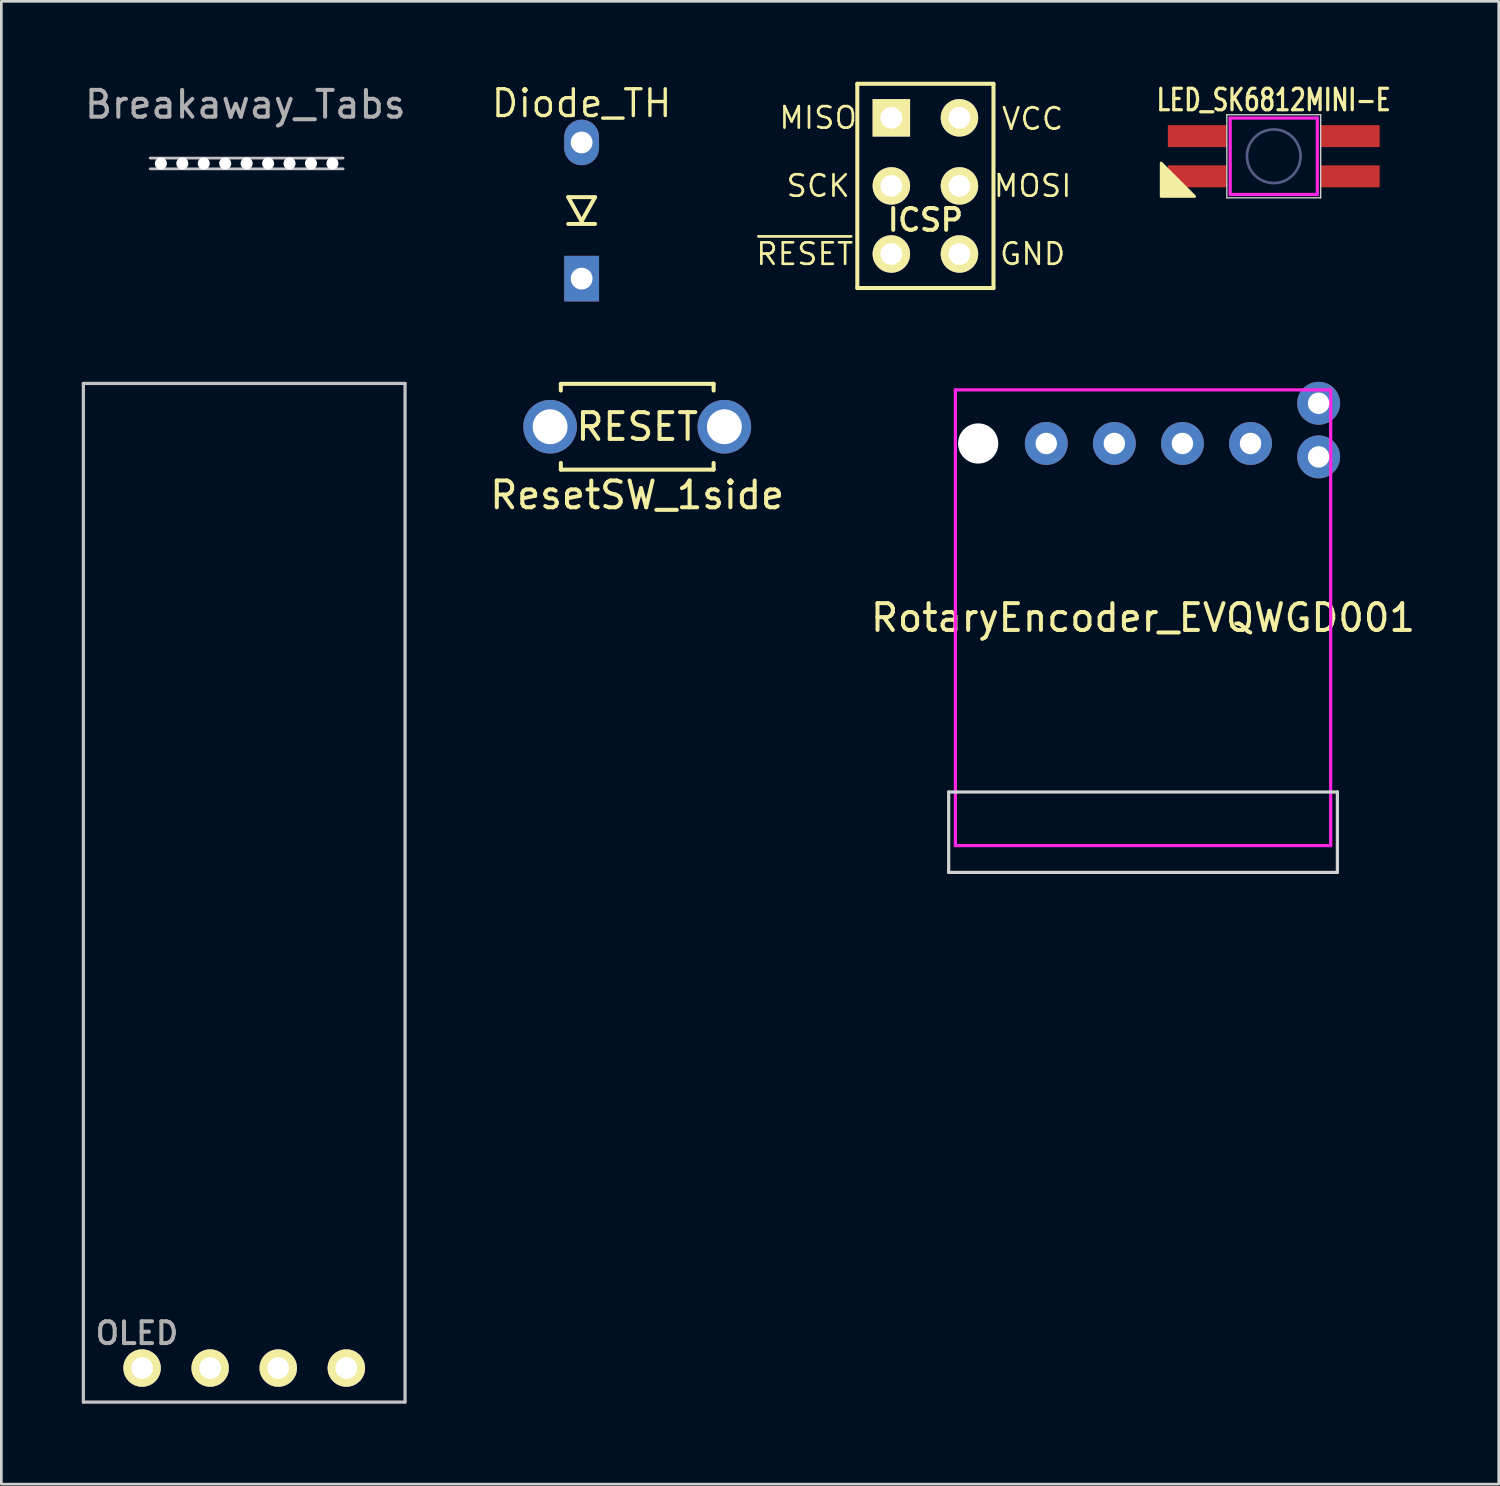
<source format=kicad_pcb>
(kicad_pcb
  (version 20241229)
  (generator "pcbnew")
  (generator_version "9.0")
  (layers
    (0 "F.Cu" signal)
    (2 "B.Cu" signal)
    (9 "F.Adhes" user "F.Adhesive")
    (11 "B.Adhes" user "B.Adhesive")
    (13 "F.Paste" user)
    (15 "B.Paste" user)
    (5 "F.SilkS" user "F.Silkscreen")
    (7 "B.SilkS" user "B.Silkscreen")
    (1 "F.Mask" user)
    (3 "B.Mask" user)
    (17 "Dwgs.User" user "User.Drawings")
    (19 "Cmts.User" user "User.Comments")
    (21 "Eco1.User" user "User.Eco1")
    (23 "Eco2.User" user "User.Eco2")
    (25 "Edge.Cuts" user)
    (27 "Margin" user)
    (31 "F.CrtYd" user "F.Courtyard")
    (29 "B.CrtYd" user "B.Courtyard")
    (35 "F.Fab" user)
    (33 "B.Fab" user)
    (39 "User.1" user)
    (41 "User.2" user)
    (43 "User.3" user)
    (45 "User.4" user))
  (footprint "RotaryEncoder_EVQWGD001"
    (layer "F.Cu")
    (at 39.59 19.994)
    (property "Reference" "RotaryEncoder_EVQWGD001" (at 0 0 0) (layer "F.SilkS") (effects (font (size 1 1) (thickness 0.15))))
    (attr through_hole)
    (fp_line (start -7.25 6.5) (end 7.25 6.5) (stroke (width 0.12) (type solid)) (layer "Edge.Cuts"))
    (fp_line (start -7.25 9.5) (end -7.25 6.5) (stroke (width 0.12) (type solid)) (layer "Edge.Cuts"))
    (fp_line (start 7.25 6.5) (end 7.25 9.5) (stroke (width 0.12) (type solid)) (layer "Edge.Cuts"))
    (fp_line (start 7.25 9.5) (end -7.25 9.5) (stroke (width 0.12) (type solid)) (layer "Edge.Cuts"))
    (fp_line (start -7 -8.5) (end -7 8.5) (stroke (width 0.12) (type solid)) (layer "F.CrtYd"))
    (fp_line (start -7 8.5) (end 7 8.5) (stroke (width 0.12) (type solid)) (layer "F.CrtYd"))
    (fp_line (start 7 -8.5) (end -7 -8.5) (stroke (width 0.12) (type solid)) (layer "F.CrtYd"))
    (fp_line (start 7 8.5) (end 7 -8.5) (stroke (width 0.12) (type solid)) (layer "F.CrtYd"))
    (pad "" np_thru_hole circle (at -6.15 -6.5) (size 1.5 1.5) (drill 1.5) (layers "*.Cu" "*.Mask"))
    (pad "A" thru_hole circle (at 4.01 -6.5) (size 1.6 1.6) (drill 0.8) (layers "*.Cu" "*.Mask"))
    (pad "B" thru_hole circle (at 1.47 -6.5) (size 1.6 1.6) (drill 0.8) (layers "*.Cu" "*.Mask"))
    (pad "C" thru_hole circle (at -3.61 -6.5) (size 1.6 1.6) (drill 0.8) (layers "*.Cu" "*.Mask"))
    (pad "C" thru_hole circle (at -1.07 -6.5) (size 1.6 1.6) (drill 0.8) (layers "*.Cu" "*.Mask"))
    (pad "S1" thru_hole circle (at 6.55 -8) (size 1.6 1.6) (drill 0.8) (layers "*.Cu" "*.Mask"))
    (pad "S2" thru_hole circle (at 6.55 -6) (size 1.6 1.6) (drill 0.8) (layers "*.Cu" "*.Mask")))
  (footprint "ResetSW_1side"
    (layer "F.Cu")
    (at 20.721 12.869)
    (property "Reference" "ResetSW_1side" (at 0 2.55 0) (layer "F.SilkS") (effects (font (size 1 1) (thickness 0.15))))
    (attr through_hole)
    (fp_line (start -2.85 -1.6) (end -2.85 -1.35) (stroke (width 0.15) (type solid)) (layer "F.SilkS"))
    (fp_line (start -2.85 -1.6) (end 2.85 -1.6) (stroke (width 0.15) (type solid)) (layer "F.SilkS"))
    (fp_line (start -2.85 1.6) (end -2.85 1.35) (stroke (width 0.15) (type solid)) (layer "F.SilkS"))
    (fp_line (start -2.85 1.6) (end 2.85 1.6) (stroke (width 0.15) (type solid)) (layer "F.SilkS"))
    (fp_line (start 2.85 -1.6) (end 2.85 -1.35) (stroke (width 0.15) (type solid)) (layer "F.SilkS"))
    (fp_line (start 2.85 1.6) (end 2.85 1.35) (stroke (width 0.15) (type solid)) (layer "F.SilkS"))
    (fp_text user "RESET" (at 0 0 0) (layer "F.SilkS") (effects (font (size 1 1) (thickness 0.15))))
    (pad "1" thru_hole circle (at 3.25 0) (size 2 2) (drill 1.3) (layers "*.Cu" "B.Mask"))
    (pad "2" thru_hole circle (at -3.25 0) (size 2 2) (drill 1.3) (layers "*.Cu" "B.Mask")))
  (footprint "ICSP"
    (layer "F.Cu")
    (at 31.471 3.885)
    (property "Reference" "ICSP" (at 0 1.27 0) (layer "F.SilkS") (effects (font (size 0.813 0.813) (thickness 0.15))))
    (attr through_hole)
    (fp_line (start -2.54 -3.81) (end 2.54 -3.81) (stroke (width 0.15) (type solid)) (layer "F.SilkS"))
    (fp_line (start -2.54 3.81) (end -2.54 -3.81) (stroke (width 0.15) (type solid)) (layer "F.SilkS"))
    (fp_line (start 2.54 -3.81) (end 2.54 3.81) (stroke (width 0.15) (type solid)) (layer "F.SilkS"))
    (fp_line (start 2.54 3.81) (end -2.54 3.81) (stroke (width 0.15) (type solid)) (layer "F.SilkS"))
    (fp_text user "VCC" (at 4 -2.5 0) (layer "F.SilkS") (effects (font (size 0.8 0.8) (thickness 0.1))))
    (fp_text user "GND" (at 4 2.54 0) (layer "F.SilkS") (effects (font (size 0.8 0.8) (thickness 0.1))))
    (fp_text user "SCK" (at -4 0 0) (layer "F.SilkS") (effects (font (size 0.8 0.8) (thickness 0.1))))
    (fp_text user "MOSI" (at 4 0 0) (layer "F.SilkS") (effects (font (size 0.8 0.8) (thickness 0.1))))
    (fp_text user "MISO" (at -4 -2.54 0) (layer "F.SilkS") (effects (font (size 0.8 0.8) (thickness 0.1))))
    (fp_text user "~{RESET}" (at -4.5 2.54 0) (layer "F.SilkS") (effects (font (size 0.8 0.8) (thickness 0.1))))
    (pad "1" thru_hole rect (at -1.27 -2.54) (size 1.397 1.397) (drill 0.813) (layers "*.Cu" "*.Mask" "F.SilkS"))
    (pad "2" thru_hole circle (at 1.27 -2.54) (size 1.397 1.397) (drill 0.813) (layers "*.Cu" "*.Mask" "F.SilkS"))
    (pad "3" thru_hole circle (at -1.27 0) (size 1.397 1.397) (drill 0.813) (layers "*.Cu" "*.Mask" "F.SilkS"))
    (pad "4" thru_hole circle (at 1.27 0) (size 1.397 1.397) (drill 0.813) (layers "*.Cu" "*.Mask" "F.SilkS"))
    (pad "5" thru_hole circle (at -1.27 2.54) (size 1.397 1.397) (drill 0.813) (layers "*.Cu" "*.Mask" "F.SilkS"))
    (pad "6" thru_hole circle (at 1.27 2.54) (size 1.397 1.397) (drill 0.813) (layers "*.Cu" "*.Mask" "F.SilkS")))
  (footprint "Diode_TH"
    (layer "F.Cu")
    (at 18.647 4.804)
    (property "Reference" "Diode_TH" (at 0 -4 0) (layer "F.SilkS") (effects (font (size 1 1) (thickness 0.125))))
    (attr through_hole)
    (fp_line (start -0.5 -0.5) (end 0.5 -0.5) (stroke (width 0.15) (type solid)) (layer "F.SilkS"))
    (fp_line (start -0.5 0.5) (end 0.5 0.5) (stroke (width 0.15) (type solid)) (layer "F.SilkS"))
    (fp_line (start 0 0.4) (end -0.5 -0.5) (stroke (width 0.15) (type solid)) (layer "F.SilkS"))
    (fp_line (start 0.5 -0.5) (end 0 0.4) (stroke (width 0.15) (type solid)) (layer "F.SilkS"))
    (pad "1" thru_hole rect (at 0 2.54 90) (size 1.7 1.3) (drill 0.813) (layers "*.Cu" "*.Mask"))
    (pad "2" thru_hole oval (at 0 -2.54 90) (size 1.7 1.3) (drill 0.813) (layers "*.Cu" "*.Mask")))
  (footprint "OLED"
    (layer "F.Cu")
    (at 6.06 47.984)
    (property "Reference" "OLED" (at -4 -1.3 180) (layer "F.Fab") (effects (font (size 0.813 0.813) (thickness 0.15))))
    (attr through_hole)
    (fp_line (start -6 -36.73) (end 6 -36.73) (stroke (width 0.12) (type solid)) (layer "Dwgs.User"))
    (fp_line (start -6 1.27) (end -6 -36.73) (stroke (width 0.12) (type solid)) (layer "Dwgs.User"))
    (fp_line (start -6 1.27) (end 6 1.27) (stroke (width 0.12) (type solid)) (layer "Dwgs.User"))
    (fp_line (start 6 -36.73) (end 6 1.27) (stroke (width 0.12) (type solid)) (layer "Dwgs.User"))
    (pad "1" thru_hole circle (at -3.81 0) (size 1.397 1.397) (drill 0.813) (layers "*.Cu" "B.Mask" "F.SilkS"))
    (pad "2" thru_hole circle (at -1.27 0) (size 1.397 1.397) (drill 0.813) (layers "*.Cu" "B.Mask" "F.SilkS"))
    (pad "3" thru_hole circle (at 1.27 0) (size 1.397 1.397) (drill 0.813) (layers "*.Cu" "B.Mask" "F.SilkS"))
    (pad "4" thru_hole circle (at 3.81 0) (size 1.397 1.397) (drill 0.813) (layers "*.Cu" "B.Mask" "F.SilkS")))
  (footprint "LED_SK6812MINI-E"
    (layer "F.Cu")
    (at 44.466 2.779)
    (property "Reference" "LED_SK6812MINI-E" (at 0 -2.1 0) (unlocked yes) (layer "F.SilkS") (effects (font (size 0.8 0.6) (thickness 0.12))))
    (attr through_hole)
    (fp_poly (pts (xy -4.2 0.25) (xy -4.2 1.5) (xy -2.95 1.5)) (stroke (width 0.1) (type solid)) (fill yes) (layer "F.SilkS"))
    (fp_line (start -1.75 -1.55) (end 1.75 -1.55) (stroke (width 0.05) (type solid)) (layer "Edge.Cuts"))
    (fp_line (start -1.75 1.55) (end -1.75 -1.55) (stroke (width 0.05) (type solid)) (layer "Edge.Cuts"))
    (fp_line (start 1.75 -1.55) (end 1.75 1.55) (stroke (width 0.05) (type solid)) (layer "Edge.Cuts"))
    (fp_line (start 1.75 1.55) (end -1.75 1.55) (stroke (width 0.05) (type solid)) (layer "Edge.Cuts"))
    (fp_line (start -1.625 -1.425) (end 1.625 -1.425) (stroke (width 0.12) (type solid)) (layer "F.CrtYd"))
    (fp_line (start -1.625 1.425) (end -1.625 -1.425) (stroke (width 0.12) (type solid)) (layer "F.CrtYd"))
    (fp_line (start 1.625 -1.425) (end 1.625 1.425) (stroke (width 0.12) (type solid)) (layer "F.CrtYd"))
    (fp_line (start 1.625 1.425) (end -1.625 1.425) (stroke (width 0.12) (type solid)) (layer "F.CrtYd"))
    (fp_circle (center 0 0) (end 0 -1) (stroke (width 0.1) (type solid)) (fill no) (layer "B.Fab"))
    (pad "1" smd rect (at 2.85 -0.75 180) (size 2.2 0.82) (layers "F.Cu" "F.Mask" "F.Paste"))
    (pad "2" smd rect (at 2.85 0.75 180) (size 2.2 0.82) (layers "F.Cu" "F.Mask" "F.Paste"))
    (pad "3" smd rect (at -2.85 0.75 180) (size 2.2 0.82) (layers "F.Cu" "F.Mask" "F.Paste"))
    (pad "4" smd rect (at -2.85 -0.75 180) (size 2.2 0.82) (layers "F.Cu" "F.Mask" "F.Paste")))
  (footprint "Breakaway_Tabs"
    (layer "F.Cu")
    (at 6.151 3.248)
    (property "Reference" "Breakaway_Tabs" (at -0.05 -2.4 0) (layer "F.Fab") (effects (font (size 1 1) (thickness 0.15))))
    (attr through_hole)
    (fp_line (start -3.6 -0.4) (end 3.6 -0.4) (stroke (width 0.1) (type solid)) (layer "Dwgs.User"))
    (fp_line (start -3.6 0) (end 3.6 0) (stroke (width 0.1) (type solid)) (layer "Dwgs.User"))
    (pad "" np_thru_hole circle (at -3.2 -0.2 180) (size 0.45 0.45) (drill 0.45) (layers "*.Cu" "*.Mask"))
    (pad "" np_thru_hole circle (at -2.4 -0.2 180) (size 0.45 0.45) (drill 0.45) (layers "*.Cu" "*.Mask"))
    (pad "" np_thru_hole circle (at -1.6 -0.2 180) (size 0.45 0.45) (drill 0.45) (layers "*.Cu" "*.Mask"))
    (pad "" np_thru_hole circle (at -0.8 -0.2 180) (size 0.45 0.45) (drill 0.45) (layers "*.Cu" "*.Mask"))
    (pad "" np_thru_hole circle (at 0 -0.2 180) (size 0.45 0.45) (drill 0.45) (layers "*.Cu" "*.Mask"))
    (pad "" np_thru_hole circle (at 0.8 -0.2 180) (size 0.45 0.45) (drill 0.45) (layers "*.Cu" "*.Mask"))
    (pad "" np_thru_hole circle (at 1.6 -0.2 180) (size 0.45 0.45) (drill 0.45) (layers "*.Cu" "*.Mask"))
    (pad "" np_thru_hole circle (at 2.4 -0.2 180) (size 0.45 0.45) (drill 0.45) (layers "*.Cu" "*.Mask"))
    (pad "" np_thru_hole circle (at 3.2 -0.2 180) (size 0.45 0.45) (drill 0.45) (layers "*.Cu" "*.Mask")))
  (gr_rect
    (start -3 -3)
    (end 52.858 52.314)
    (stroke (width 0.1) (type default))
    (fill no)
    (layer "Edge.Cuts")))
</source>
